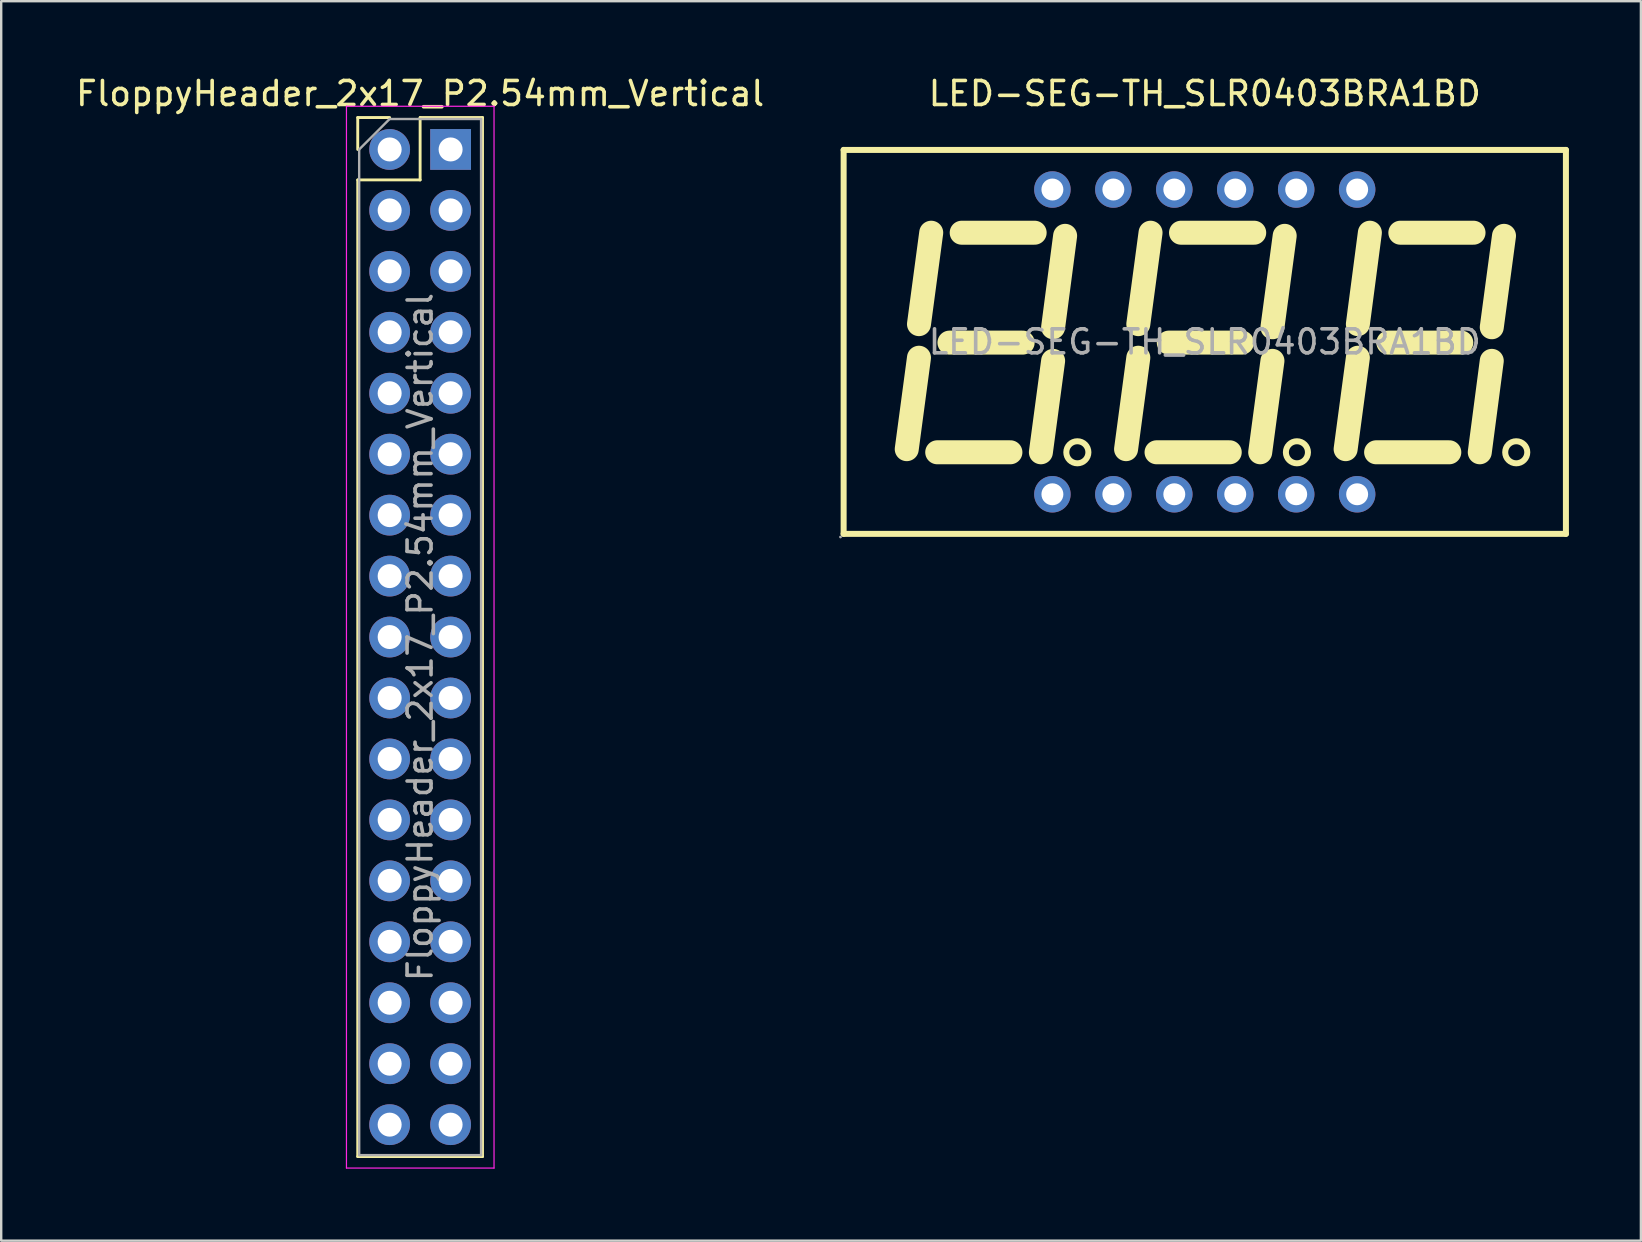
<source format=kicad_pcb>
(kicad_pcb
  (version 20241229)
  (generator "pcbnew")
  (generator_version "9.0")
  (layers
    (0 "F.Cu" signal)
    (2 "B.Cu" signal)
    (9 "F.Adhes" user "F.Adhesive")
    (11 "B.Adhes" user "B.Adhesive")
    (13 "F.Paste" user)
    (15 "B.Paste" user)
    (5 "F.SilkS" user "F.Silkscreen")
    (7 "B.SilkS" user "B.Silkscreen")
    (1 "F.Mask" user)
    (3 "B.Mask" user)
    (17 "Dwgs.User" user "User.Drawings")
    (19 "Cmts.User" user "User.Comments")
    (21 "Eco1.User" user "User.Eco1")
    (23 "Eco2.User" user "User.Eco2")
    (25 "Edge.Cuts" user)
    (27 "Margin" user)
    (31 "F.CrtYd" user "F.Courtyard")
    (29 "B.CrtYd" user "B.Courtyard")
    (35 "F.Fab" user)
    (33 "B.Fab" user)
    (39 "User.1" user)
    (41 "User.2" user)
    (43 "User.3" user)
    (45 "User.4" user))
  (footprint "FloppyHeader_2x17_P2.54mm_Vertical"
    (layer "F.Cu")
    (at 13.188 3.178)
    (property "Reference" "FloppyHeader_2x17_P2.54mm_Vertical" (at 1.27 -2.33 0) (layer "F.SilkS") (effects (font (size 1 1) (thickness 0.15))))
    (attr through_hole)
    (fp_line (start -1.33 -1.33) (end 0 -1.33) (stroke (width 0.12) (type solid)) (layer "F.SilkS"))
    (fp_line (start -1.33 0) (end -1.33 -1.33) (stroke (width 0.12) (type solid)) (layer "F.SilkS"))
    (fp_line (start -1.33 1.27) (end -1.33 41.97) (stroke (width 0.12) (type solid)) (layer "F.SilkS"))
    (fp_line (start -1.33 1.27) (end 1.27 1.27) (stroke (width 0.12) (type solid)) (layer "F.SilkS"))
    (fp_line (start -1.33 41.97) (end 3.87 41.97) (stroke (width 0.12) (type solid)) (layer "F.SilkS"))
    (fp_line (start 1.27 -1.33) (end 3.87 -1.33) (stroke (width 0.12) (type solid)) (layer "F.SilkS"))
    (fp_line (start 1.27 1.27) (end 1.27 -1.33) (stroke (width 0.12) (type solid)) (layer "F.SilkS"))
    (fp_line (start 3.87 -1.33) (end 3.87 41.97) (stroke (width 0.12) (type solid)) (layer "F.SilkS"))
    (fp_line (start -1.8 -1.8) (end -1.8 42.45) (stroke (width 0.05) (type solid)) (layer "F.CrtYd"))
    (fp_line (start -1.8 42.45) (end 4.35 42.45) (stroke (width 0.05) (type solid)) (layer "F.CrtYd"))
    (fp_line (start 4.35 -1.8) (end -1.8 -1.8) (stroke (width 0.05) (type solid)) (layer "F.CrtYd"))
    (fp_line (start 4.35 42.45) (end 4.35 -1.8) (stroke (width 0.05) (type solid)) (layer "F.CrtYd"))
    (fp_line (start -1.27 0) (end 0 -1.27) (stroke (width 0.1) (type solid)) (layer "F.Fab"))
    (fp_line (start -1.27 41.91) (end -1.27 0) (stroke (width 0.1) (type solid)) (layer "F.Fab"))
    (fp_line (start 0 -1.27) (end 3.81 -1.27) (stroke (width 0.1) (type solid)) (layer "F.Fab"))
    (fp_line (start 3.81 -1.27) (end 3.81 41.91) (stroke (width 0.1) (type solid)) (layer "F.Fab"))
    (fp_line (start 3.81 41.91) (end -1.27 41.91) (stroke (width 0.1) (type solid)) (layer "F.Fab"))
    (fp_text user "${REFERENCE}" (at 1.27 20.32 90) (layer "F.Fab") (effects (font (size 1 1) (thickness 0.15))))
    (pad "1" thru_hole rect (at 2.54 0) (size 1.7 1.7) (drill 1) (layers "*.Cu" "*.Mask"))
    (pad "2" thru_hole oval (at 0 0) (size 1.7 1.7) (drill 1) (layers "*.Cu" "*.Mask"))
    (pad "3" thru_hole oval (at 2.54 2.54) (size 1.7 1.7) (drill 1) (layers "*.Cu" "*.Mask"))
    (pad "4" thru_hole oval (at 0 2.54) (size 1.7 1.7) (drill 1) (layers "*.Cu" "*.Mask"))
    (pad "5" thru_hole oval (at 2.54 5.08) (size 1.7 1.7) (drill 1) (layers "*.Cu" "*.Mask"))
    (pad "6" thru_hole oval (at 0 5.08) (size 1.7 1.7) (drill 1) (layers "*.Cu" "*.Mask"))
    (pad "7" thru_hole oval (at 2.54 7.62) (size 1.7 1.7) (drill 1) (layers "*.Cu" "*.Mask"))
    (pad "8" thru_hole oval (at 0 7.62) (size 1.7 1.7) (drill 1) (layers "*.Cu" "*.Mask"))
    (pad "9" thru_hole oval (at 2.54 10.16) (size 1.7 1.7) (drill 1) (layers "*.Cu" "*.Mask"))
    (pad "10" thru_hole oval (at 0 10.16) (size 1.7 1.7) (drill 1) (layers "*.Cu" "*.Mask"))
    (pad "11" thru_hole oval (at 2.54 12.7) (size 1.7 1.7) (drill 1) (layers "*.Cu" "*.Mask"))
    (pad "12" thru_hole oval (at 0 12.7) (size 1.7 1.7) (drill 1) (layers "*.Cu" "*.Mask"))
    (pad "13" thru_hole oval (at 2.54 15.24) (size 1.7 1.7) (drill 1) (layers "*.Cu" "*.Mask"))
    (pad "14" thru_hole oval (at 0 15.24) (size 1.7 1.7) (drill 1) (layers "*.Cu" "*.Mask"))
    (pad "15" thru_hole oval (at 2.54 17.78) (size 1.7 1.7) (drill 1) (layers "*.Cu" "*.Mask"))
    (pad "16" thru_hole oval (at 0 17.78) (size 1.7 1.7) (drill 1) (layers "*.Cu" "*.Mask"))
    (pad "17" thru_hole oval (at 2.54 20.32) (size 1.7 1.7) (drill 1) (layers "*.Cu" "*.Mask"))
    (pad "18" thru_hole oval (at 0 20.32) (size 1.7 1.7) (drill 1) (layers "*.Cu" "*.Mask"))
    (pad "19" thru_hole oval (at 2.54 22.86) (size 1.7 1.7) (drill 1) (layers "*.Cu" "*.Mask"))
    (pad "20" thru_hole oval (at 0 22.86) (size 1.7 1.7) (drill 1) (layers "*.Cu" "*.Mask"))
    (pad "21" thru_hole oval (at 2.54 25.4) (size 1.7 1.7) (drill 1) (layers "*.Cu" "*.Mask"))
    (pad "22" thru_hole oval (at 0 25.4) (size 1.7 1.7) (drill 1) (layers "*.Cu" "*.Mask"))
    (pad "23" thru_hole oval (at 2.54 27.94) (size 1.7 1.7) (drill 1) (layers "*.Cu" "*.Mask"))
    (pad "24" thru_hole oval (at 0 27.94) (size 1.7 1.7) (drill 1) (layers "*.Cu" "*.Mask"))
    (pad "25" thru_hole oval (at 2.54 30.48) (size 1.7 1.7) (drill 1) (layers "*.Cu" "*.Mask"))
    (pad "26" thru_hole oval (at 0 30.48) (size 1.7 1.7) (drill 1) (layers "*.Cu" "*.Mask"))
    (pad "27" thru_hole oval (at 2.54 33.02) (size 1.7 1.7) (drill 1) (layers "*.Cu" "*.Mask"))
    (pad "28" thru_hole oval (at 0 33.02) (size 1.7 1.7) (drill 1) (layers "*.Cu" "*.Mask"))
    (pad "29" thru_hole oval (at 2.54 35.56) (size 1.7 1.7) (drill 1) (layers "*.Cu" "*.Mask"))
    (pad "30" thru_hole oval (at 0 35.56) (size 1.7 1.7) (drill 1) (layers "*.Cu" "*.Mask"))
    (pad "31" thru_hole oval (at 2.54 38.1) (size 1.7 1.7) (drill 1) (layers "*.Cu" "*.Mask"))
    (pad "32" thru_hole oval (at 0 38.1) (size 1.7 1.7) (drill 1) (layers "*.Cu" "*.Mask"))
    (pad "33" thru_hole oval (at 2.54 40.64) (size 1.7 1.7) (drill 1) (layers "*.Cu" "*.Mask"))
    (pad "34" thru_hole oval (at 0 40.64) (size 1.7 1.7) (drill 1) (layers "*.Cu" "*.Mask")))
  (footprint "LED-SEG-TH_SLR0403BRA1BD"
    (layer "F.Cu")
    (at 47.157 11.198)
    (property "Reference" "LED-SEG-TH_SLR0403BRA1BD" (at 0 -10.35 0) (layer "F.SilkS") (effects (font (size 1 1) (thickness 0.15))))
    (attr through_hole)
    (fp_line (start -15.05 -8) (end 15.05 -8) (stroke (width 0.25) (type solid)) (layer "F.SilkS"))
    (fp_line (start -15.05 8) (end -15.05 -8) (stroke (width 0.25) (type solid)) (layer "F.SilkS"))
    (fp_line (start -11.91 0.66) (end -12.42 4.47) (stroke (width 1) (type solid)) (layer "F.SilkS"))
    (fp_line (start -11.4 -4.55) (end -11.91 -0.74) (stroke (width 1) (type solid)) (layer "F.SilkS"))
    (fp_line (start -11.15 4.6) (end -8.1 4.6) (stroke (width 1) (type solid)) (layer "F.SilkS"))
    (fp_line (start -10.64 0.03) (end -7.59 0.03) (stroke (width 1) (type solid)) (layer "F.SilkS"))
    (fp_line (start -10.13 -4.55) (end -7.09 -4.55) (stroke (width 1) (type solid)) (layer "F.SilkS"))
    (fp_line (start -6.32 0.79) (end -6.83 4.6) (stroke (width 1) (type solid)) (layer "F.SilkS"))
    (fp_line (start -5.82 -4.42) (end -6.32 -0.61) (stroke (width 1) (type solid)) (layer "F.SilkS"))
    (fp_line (start -2.77 0.66) (end -3.28 4.47) (stroke (width 1) (type solid)) (layer "F.SilkS"))
    (fp_line (start -2.26 -4.55) (end -2.77 -0.74) (stroke (width 1) (type solid)) (layer "F.SilkS"))
    (fp_line (start -2.01 4.6) (end 1.04 4.6) (stroke (width 1) (type solid)) (layer "F.SilkS"))
    (fp_line (start -1.5 0.03) (end 1.55 0.03) (stroke (width 1) (type solid)) (layer "F.SilkS"))
    (fp_line (start -0.99 -4.55) (end 2.06 -4.55) (stroke (width 1) (type solid)) (layer "F.SilkS"))
    (fp_line (start 2.82 0.79) (end 2.31 4.6) (stroke (width 1) (type solid)) (layer "F.SilkS"))
    (fp_line (start 3.33 -4.42) (end 2.82 -0.61) (stroke (width 1) (type solid)) (layer "F.SilkS"))
    (fp_line (start 6.38 0.66) (end 5.87 4.47) (stroke (width 1) (type solid)) (layer "F.SilkS"))
    (fp_line (start 6.88 -4.55) (end 6.38 -0.74) (stroke (width 1) (type solid)) (layer "F.SilkS"))
    (fp_line (start 7.14 4.6) (end 10.19 4.6) (stroke (width 1) (type solid)) (layer "F.SilkS"))
    (fp_line (start 7.65 0.03) (end 10.69 0.03) (stroke (width 1) (type solid)) (layer "F.SilkS"))
    (fp_line (start 8.15 -4.55) (end 11.2 -4.55) (stroke (width 1) (type solid)) (layer "F.SilkS"))
    (fp_line (start 11.96 0.79) (end 11.46 4.6) (stroke (width 1) (type solid)) (layer "F.SilkS"))
    (fp_line (start 12.47 -4.42) (end 11.96 -0.61) (stroke (width 1) (type solid)) (layer "F.SilkS"))
    (fp_line (start 15.05 -8) (end 15.05 8) (stroke (width 0.25) (type solid)) (layer "F.SilkS"))
    (fp_line (start 15.05 8) (end -15.05 8) (stroke (width 0.25) (type solid)) (layer "F.SilkS"))
    (fp_circle (center -5.31 4.6) (end -4.85 4.6) (stroke (width 0.25) (type solid)) (fill no) (layer "F.SilkS"))
    (fp_circle (center 3.84 4.6) (end 4.3 4.6) (stroke (width 0.25) (type solid)) (fill no) (layer "F.SilkS"))
    (fp_circle (center 12.98 4.6) (end 13.44 4.6) (stroke (width 0.25) (type solid)) (fill no) (layer "F.SilkS"))
    (fp_circle (center -15.18 8.13) (end -15.15 8.13) (stroke (width 0.06) (type solid)) (fill no) (layer "F.Fab"))
    (fp_circle (center -6.35 -6.35) (end -6.17 -6.35) (stroke (width 0.36) (type solid)) (fill no) (layer "F.Fab"))
    (fp_circle (center -6.35 6.35) (end -6.17 6.35) (stroke (width 0.36) (type solid)) (fill no) (layer "F.Fab"))
    (fp_circle (center -3.81 -6.35) (end -3.63 -6.35) (stroke (width 0.36) (type solid)) (fill no) (layer "F.Fab"))
    (fp_circle (center -3.81 6.35) (end -3.63 6.35) (stroke (width 0.36) (type solid)) (fill no) (layer "F.Fab"))
    (fp_circle (center -1.27 -6.35) (end -1.09 -6.35) (stroke (width 0.36) (type solid)) (fill no) (layer "F.Fab"))
    (fp_circle (center -1.27 6.35) (end -1.09 6.35) (stroke (width 0.36) (type solid)) (fill no) (layer "F.Fab"))
    (fp_circle (center 1.27 -6.35) (end 1.45 -6.35) (stroke (width 0.36) (type solid)) (fill no) (layer "F.Fab"))
    (fp_circle (center 1.27 6.35) (end 1.45 6.35) (stroke (width 0.36) (type solid)) (fill no) (layer "F.Fab"))
    (fp_circle (center 3.81 -6.35) (end 3.99 -6.35) (stroke (width 0.36) (type solid)) (fill no) (layer "F.Fab"))
    (fp_circle (center 3.81 6.35) (end 3.99 6.35) (stroke (width 0.36) (type solid)) (fill no) (layer "F.Fab"))
    (fp_circle (center 6.35 -6.35) (end 6.53 -6.35) (stroke (width 0.36) (type solid)) (fill no) (layer "F.Fab"))
    (fp_circle (center 6.35 6.35) (end 6.53 6.35) (stroke (width 0.36) (type solid)) (fill no) (layer "F.Fab"))
    (fp_text user "${REFERENCE}" (at 0 0 0) (layer "F.Fab") (effects (font (size 1 1) (thickness 0.15))))
    (pad "1" thru_hole circle (at -6.35 6.35) (size 1.52 1.52) (drill 0.914) (layers "*.Cu" "*.Mask"))
    (pad "2" thru_hole circle (at -3.81 6.35) (size 1.52 1.52) (drill 0.914) (layers "*.Cu" "*.Mask"))
    (pad "3" thru_hole circle (at -1.27 6.35) (size 1.52 1.52) (drill 0.914) (layers "*.Cu" "*.Mask"))
    (pad "4" thru_hole circle (at 1.27 6.35) (size 1.52 1.52) (drill 0.914) (layers "*.Cu" "*.Mask"))
    (pad "5" thru_hole circle (at 3.81 6.35) (size 1.52 1.52) (drill 0.914) (layers "*.Cu" "*.Mask"))
    (pad "6" thru_hole circle (at 6.35 6.35) (size 1.52 1.52) (drill 0.914) (layers "*.Cu" "*.Mask"))
    (pad "7" thru_hole circle (at 6.35 -6.35) (size 1.52 1.52) (drill 0.914) (layers "*.Cu" "*.Mask"))
    (pad "8" thru_hole circle (at 3.81 -6.35) (size 1.52 1.52) (drill 0.914) (layers "*.Cu" "*.Mask"))
    (pad "9" thru_hole circle (at 1.27 -6.35) (size 1.52 1.52) (drill 0.914) (layers "*.Cu" "*.Mask"))
    (pad "10" thru_hole circle (at -1.27 -6.35) (size 1.52 1.52) (drill 0.914) (layers "*.Cu" "*.Mask"))
    (pad "11" thru_hole circle (at -3.81 -6.35) (size 1.52 1.52) (drill 0.914) (layers "*.Cu" "*.Mask"))
    (pad "12" thru_hole circle (at -6.35 -6.35) (size 1.52 1.52) (drill 0.914) (layers "*.Cu" "*.Mask")))
  (gr_rect
    (start -3 -3)
    (end 65.332 48.653)
    (stroke (width 0.1) (type default))
    (fill no)
    (layer "Edge.Cuts")))
</source>
